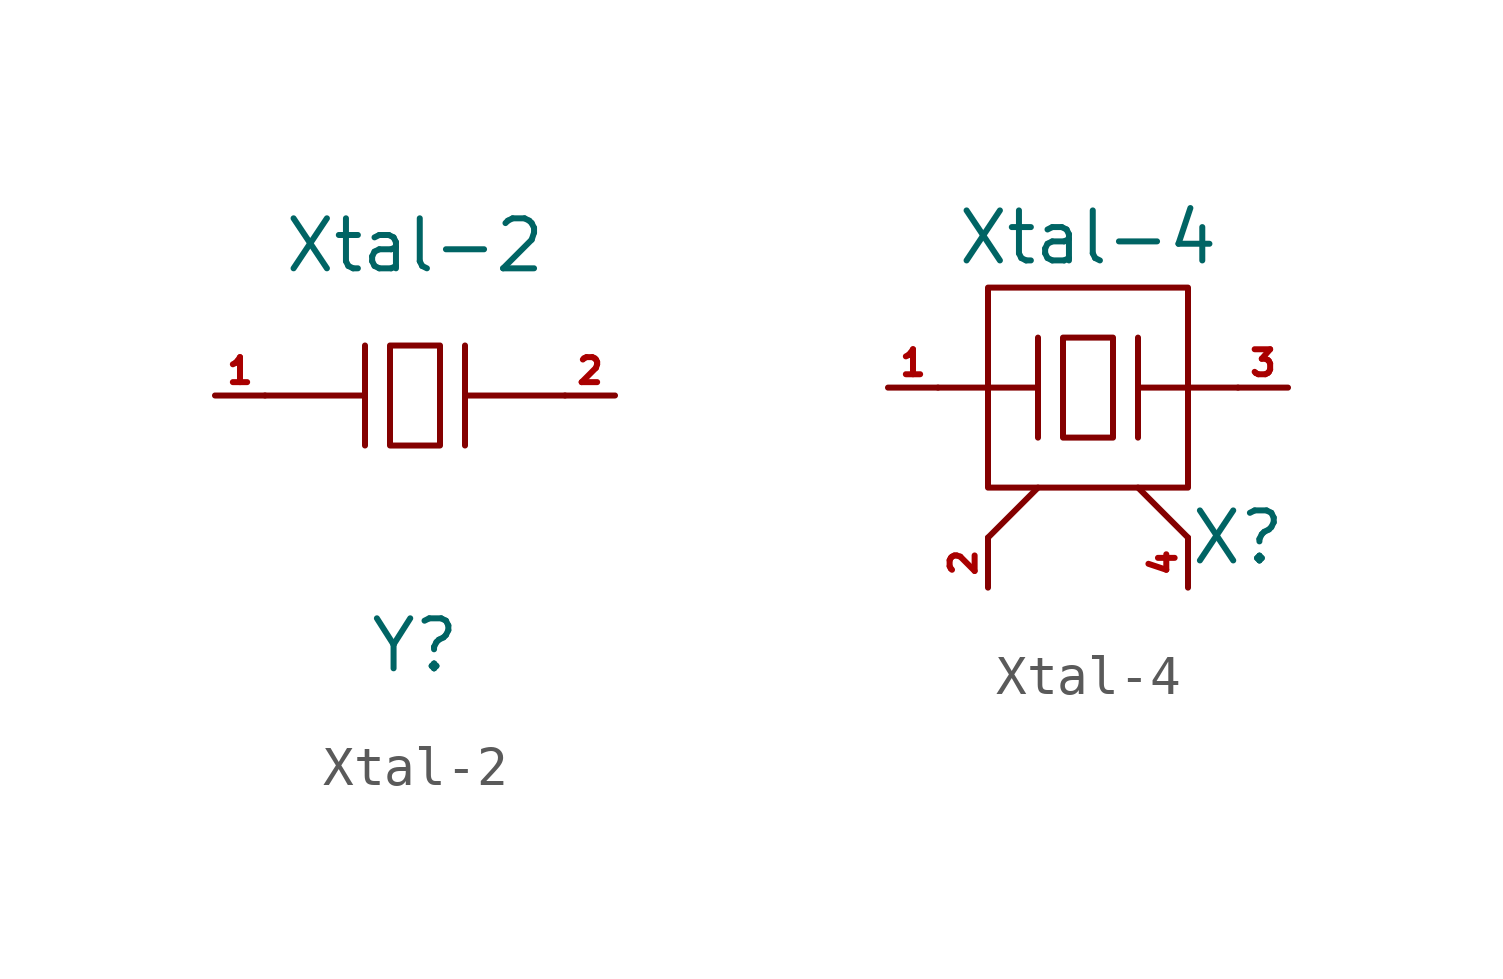
<source format=kicad_sym>
(kicad_symbol_lib
  (version 20211014)
  (generator kicad_symbol_editor)
  (symbol "Xtal-2"
    (property "Reference" "Y"
      (at 0 -6.35 0)
      (effects (font (size 1.27 1.27))))
    (property "Value" "Xtal-2"
      (at 0 3.81 0)
      (effects (font (size 1.27 1.27))))
    (symbol "Xtal-2_0_1"
      (rectangle (start -0.635 1.27) (end 0.635 -1.27) (stroke (width 0) (type default) (color 0 0 0 0)) (fill (type none)))
      (polyline (pts (xy -3.81 0) (xy -1.27 0)) (stroke (width 0) (type default) (color 0 0 0 0)) (fill (type none)))
      (polyline (pts (xy -1.27 1.27) (xy -1.27 -1.27)) (stroke (width 0) (type default) (color 0 0 0 0)) (fill (type none)))
      (polyline (pts (xy 1.27 0) (xy 3.81 0)) (stroke (width 0) (type default) (color 0 0 0 0)) (fill (type none)))
      (polyline (pts (xy 1.27 1.27) (xy 1.27 -1.27)) (stroke (width 0) (type default) (color 0 0 0 0)) (fill (type none))))
    (symbol "Xtal-2_1_1"
      (pin passive line (at -5.08 0 0) (length 1.27) (name "" (effects (font (size 0.635 0.635)))) (number "1" (effects (font (size 0.635 0.635)))))
      (pin passive line (at 5.08 0 180) (length 1.27) (name "" (effects (font (size 0.635 0.635)))) (number "2" (effects (font (size 0.635 0.635)))))))
  (symbol "Xtal-4"
    (property "Reference" "X"
      (at 3.81 -3.81 0)
      (effects (font (size 1.27 1.27))))
    (property "Value" "Xtal-4"
      (at 0 3.81 0)
      (effects (font (size 1.27 1.27))))
    (symbol "Xtal-4_0_1"
      (rectangle (start -2.54 2.54) (end 2.54 -2.54) (stroke (width 0) (type default) (color 0 0 0 0)) (fill (type none)))
      (rectangle (start -0.635 1.27) (end 0.635 -1.27) (stroke (width 0) (type default) (color 0 0 0 0)) (fill (type none)))
      (polyline (pts (xy -3.81 0) (xy -1.27 0)) (stroke (width 0) (type default) (color 0 0 0 0)) (fill (type none)))
      (polyline (pts (xy -2.54 -3.81) (xy -1.27 -2.54)) (stroke (width 0) (type default) (color 0 0 0 0)) (fill (type none)))
      (polyline (pts (xy -1.27 1.27) (xy -1.27 -1.27)) (stroke (width 0) (type default) (color 0 0 0 0)) (fill (type none)))
      (polyline (pts (xy 1.27 0) (xy 3.81 0)) (stroke (width 0) (type default) (color 0 0 0 0)) (fill (type none)))
      (polyline (pts (xy 1.27 1.27) (xy 1.27 -1.27)) (stroke (width 0) (type default) (color 0 0 0 0)) (fill (type none)))
      (polyline (pts (xy 2.54 -3.81) (xy 1.27 -2.54)) (stroke (width 0) (type default) (color 0 0 0 0)) (fill (type none))))
    (symbol "Xtal-4_1_1"
      (pin passive line (at -5.08 0 0) (length 1.27) (name "" (effects (font (size 0.635 0.635)))) (number "1" (effects (font (size 0.635 0.635)))))
      (pin passive line (at -2.54 -5.08 90) (length 1.27) (name "" (effects (font (size 0.635 0.635)))) (number "2" (effects (font (size 0.635 0.635)))))
      (pin passive line (at 5.08 0 180) (length 1.27) (name "" (effects (font (size 0.635 0.635)))) (number "3" (effects (font (size 0.635 0.635)))))
      (pin passive line (at 2.54 -5.08 90) (length 1.27) (name "" (effects (font (size 0.635 0.635)))) (number "4" (effects (font (size 0.635 0.635))))))))
</source>
